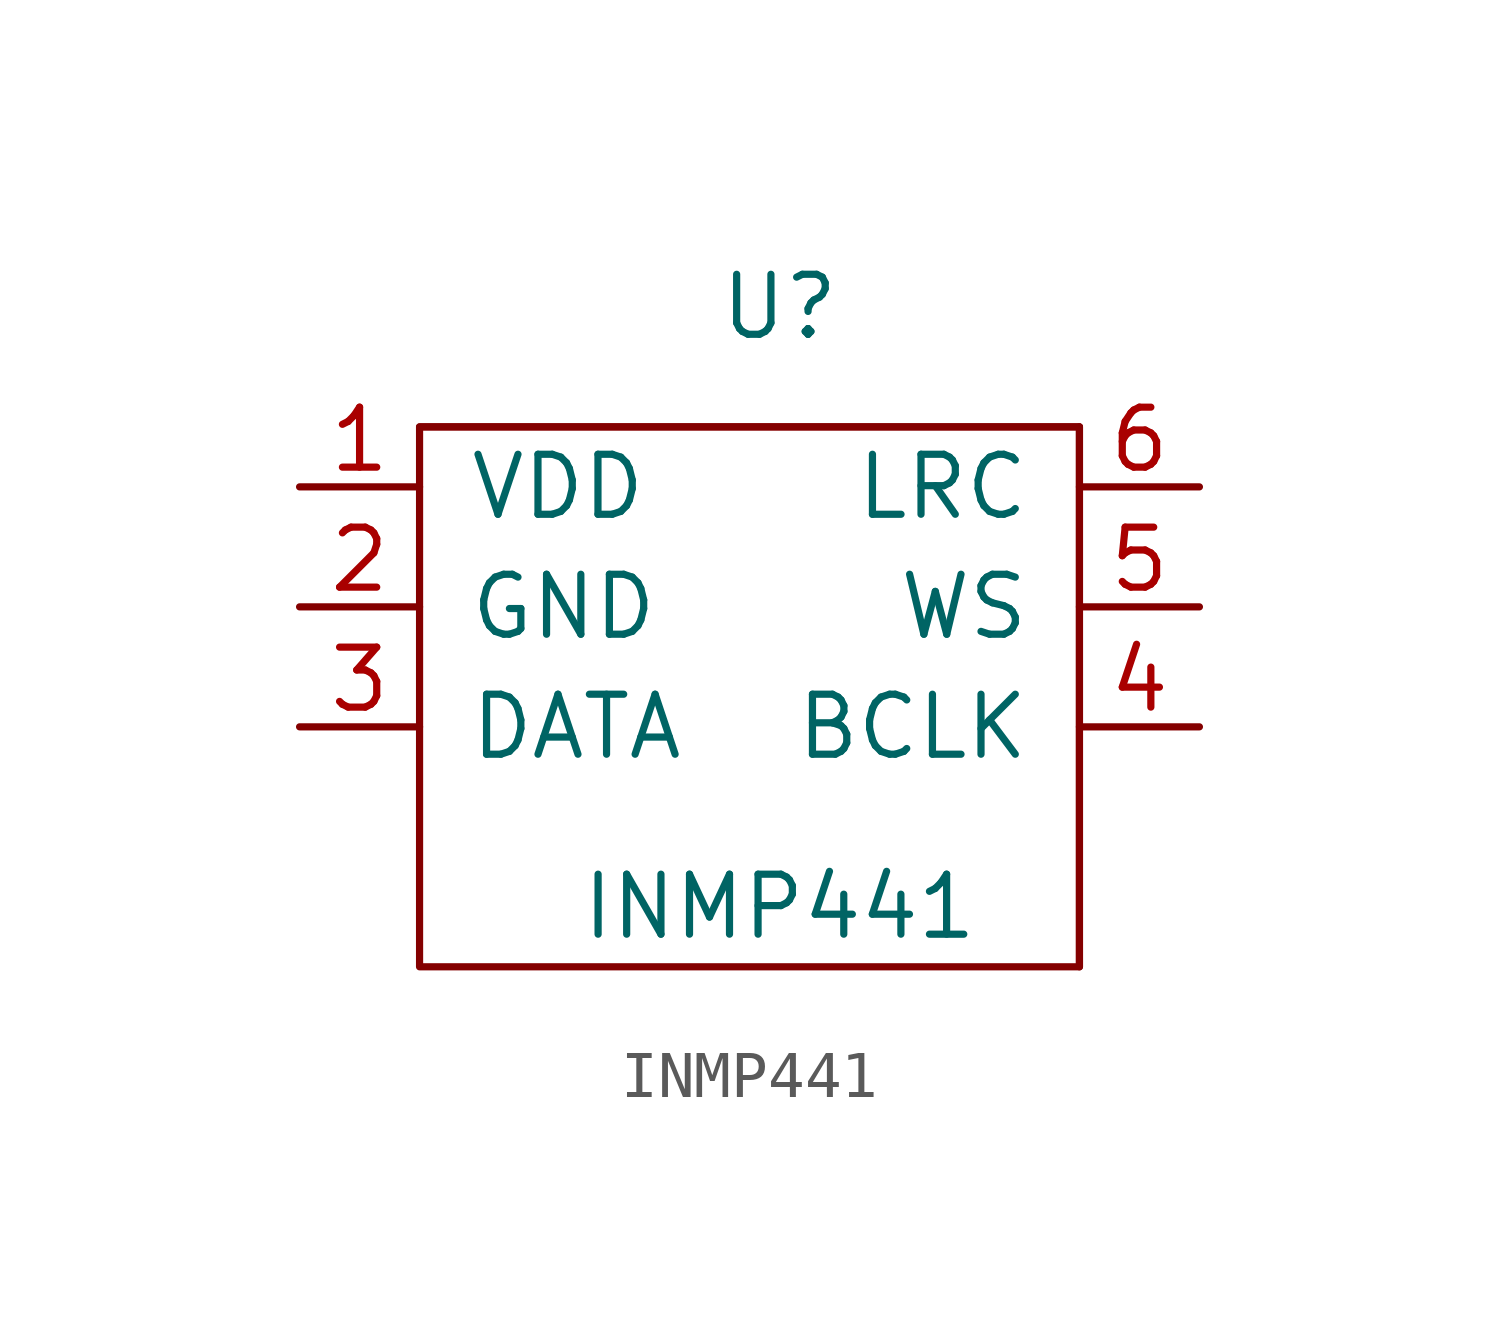
<source format=kicad_sym>
(kicad_symbol_lib
  (version 20211014)
  (generator kicad_symbol_editor)
  (symbol "INMP441"
    (pin_names
      (offset 1.016))
    (property "Reference" "U"
      (at 0 0 0)
      (effects (font (size 1.27 1.27))))
    (property "Value" "INMP441"
      (at 0 -12.7 0)
      (effects (font (size 1.27 1.27))))
    (symbol "INMP441_0_1"
      (rectangle (start -7.62 -2.54) (end 6.35 -2.54) (stroke (width 0) (type default) (color 0 0 0 0)) (fill (type none)))
      (rectangle (start 6.35 -13.97) (end -7.62 -2.54) (stroke (width 0) (type default) (color 0 0 0 0)) (fill (type none)))
      (rectangle (start 6.35 -2.54) (end 6.35 -13.97) (stroke (width 0) (type default) (color 0 0 0 0)) (fill (type none))))
    (symbol "INMP441_1_1"
      (pin power_in line (at -10.16 -3.81 0) (length 2.54) (name "VDD" (effects (font (size 1.27 1.27)))) (number "1" (effects (font (size 1.27 1.27)))))
      (pin power_out line (at -10.16 -6.35 0) (length 2.54) (name "GND" (effects (font (size 1.27 1.27)))) (number "2" (effects (font (size 1.27 1.27)))))
      (pin output line (at -10.16 -8.89 0) (length 2.54) (name "DATA" (effects (font (size 1.27 1.27)))) (number "3" (effects (font (size 1.27 1.27)))))
      (pin input line (at 8.89 -8.89 180) (length 2.54) (name "BCLK" (effects (font (size 1.27 1.27)))) (number "4" (effects (font (size 1.27 1.27)))))
      (pin input line (at 8.89 -6.35 180) (length 2.54) (name "WS" (effects (font (size 1.27 1.27)))) (number "5" (effects (font (size 1.27 1.27)))))
      (pin input line (at 8.89 -3.81 180) (length 2.54) (name "LRC" (effects (font (size 1.27 1.27)))) (number "6" (effects (font (size 1.27 1.27))))))))
</source>
